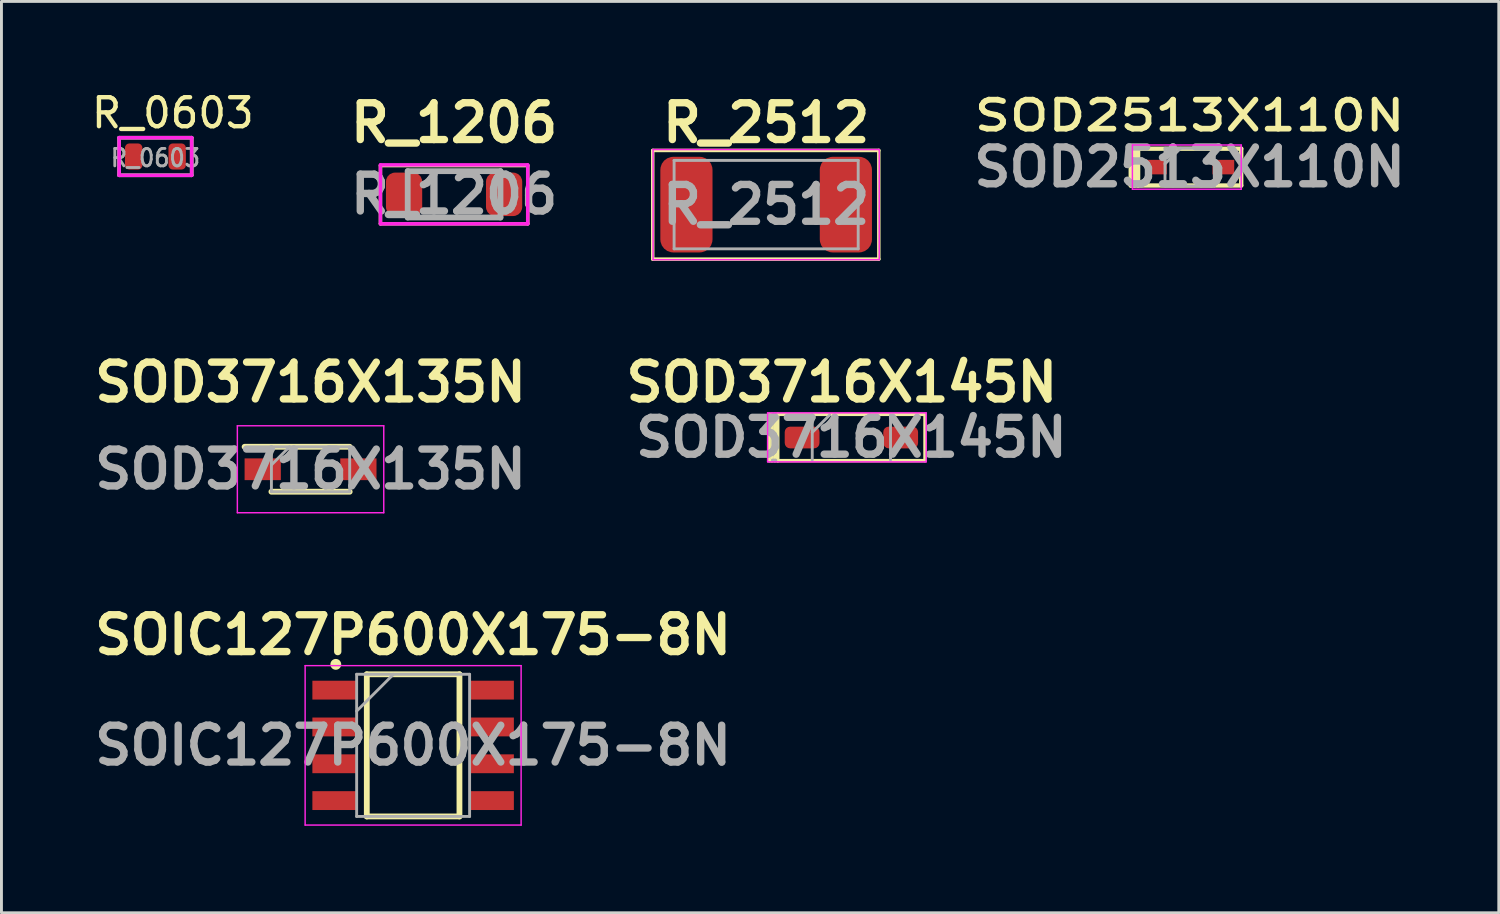
<source format=kicad_pcb>
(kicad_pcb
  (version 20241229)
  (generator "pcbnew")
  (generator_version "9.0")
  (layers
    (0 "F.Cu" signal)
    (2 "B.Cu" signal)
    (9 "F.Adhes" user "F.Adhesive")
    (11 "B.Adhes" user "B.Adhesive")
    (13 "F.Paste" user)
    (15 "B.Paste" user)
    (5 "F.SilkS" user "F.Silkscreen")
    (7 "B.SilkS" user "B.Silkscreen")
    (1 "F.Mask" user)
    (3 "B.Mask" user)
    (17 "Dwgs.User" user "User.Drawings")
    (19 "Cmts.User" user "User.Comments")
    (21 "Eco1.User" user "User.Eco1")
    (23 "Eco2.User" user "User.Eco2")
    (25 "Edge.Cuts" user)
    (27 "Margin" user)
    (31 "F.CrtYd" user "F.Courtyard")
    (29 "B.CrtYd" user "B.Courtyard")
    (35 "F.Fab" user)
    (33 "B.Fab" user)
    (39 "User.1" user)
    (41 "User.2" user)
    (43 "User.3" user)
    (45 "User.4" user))
  (footprint "SOD2513X110N"
    (layer "F.Cu")
    (at 37.985 2.714)
    (property "Reference" "SOD2513X110N" (at 0 -1.778 0) (layer "F.SilkS") (effects (font (size 1 1.27) (thickness 0.2) (bold yes))))
    (attr smd)
    (fp_line (start -2.032 -0.635) (end -2.032 0.635) (stroke (width 0.15) (type default)) (layer "F.SilkS"))
    (fp_line (start -2.032 -0.635) (end 1.778 -0.635) (stroke (width 0.15) (type solid)) (layer "F.SilkS"))
    (fp_line (start -2.032 0.635) (end 1.778 0.635) (stroke (width 0.15) (type solid)) (layer "F.SilkS"))
    (fp_line (start -1.905 -0.635) (end -1.905 0.635) (stroke (width 0.15) (type default)) (layer "F.SilkS"))
    (fp_line (start -1.778 -0.635) (end -1.778 0.635) (stroke (width 0.15) (type default)) (layer "F.SilkS"))
    (fp_line (start 1.778 -0.635) (end 1.778 0.635) (stroke (width 0.15) (type default)) (layer "F.SilkS"))
    (fp_line (start -1.975 -0.762) (end 1.778 -0.762) (stroke (width 0.05) (type solid)) (layer "F.CrtYd"))
    (fp_line (start -1.975 0.762) (end -1.975 -0.762) (stroke (width 0.05) (type solid)) (layer "F.CrtYd"))
    (fp_line (start 1.778 -0.762) (end 1.778 0.762) (stroke (width 0.05) (type solid)) (layer "F.CrtYd"))
    (fp_line (start 1.778 0.762) (end -1.975 0.762) (stroke (width 0.05) (type solid)) (layer "F.CrtYd"))
    (fp_line (start -0.85 -0.65) (end 0.85 -0.65) (stroke (width 0.1) (type solid)) (layer "F.Fab"))
    (fp_line (start -0.85 -0.112) (end -0.312 -0.65) (stroke (width 0.1) (type solid)) (layer "F.Fab"))
    (fp_line (start -0.85 0.65) (end -0.85 -0.65) (stroke (width 0.1) (type solid)) (layer "F.Fab"))
    (fp_line (start 0.85 -0.65) (end 0.85 0.65) (stroke (width 0.1) (type solid)) (layer "F.Fab"))
    (fp_line (start 0.85 0.65) (end -0.85 0.65) (stroke (width 0.1) (type solid)) (layer "F.Fab"))
    (fp_text user "${REFERENCE}" (at 0 0 0) (layer "F.Fab") (effects (font (size 1.27 1.27) (thickness 0.254))))
    (pad "1" smd rect (at -1.162 0 90) (size 0.5 0.75) (layers "F.Cu" "F.Mask" "F.Paste"))
    (pad "2" smd rect (at 1.162 0 90) (size 0.5 0.75) (layers "F.Cu" "F.Mask" "F.Paste")))
  (footprint "SOD3716X135N"
    (layer "F.Cu")
    (at 7.662 13.136)
    (property "Reference" "SOD3716X135N" (at 0 -3 0) (layer "F.SilkS") (effects (font (size 1.27 1.27) (thickness 0.254))))
    (attr smd)
    (fp_line (start -2.275 -0.775) (end 1.35 -0.775) (stroke (width 0.2) (type solid)) (layer "F.SilkS"))
    (fp_line (start -1.35 0.775) (end 1.35 0.775) (stroke (width 0.2) (type solid)) (layer "F.SilkS"))
    (fp_line (start -2.525 -1.5) (end 2.525 -1.5) (stroke (width 0.05) (type solid)) (layer "F.CrtYd"))
    (fp_line (start -2.525 1.5) (end -2.525 -1.5) (stroke (width 0.05) (type solid)) (layer "F.CrtYd"))
    (fp_line (start 2.525 -1.5) (end 2.525 1.5) (stroke (width 0.05) (type solid)) (layer "F.CrtYd"))
    (fp_line (start 2.525 1.5) (end -2.525 1.5) (stroke (width 0.05) (type solid)) (layer "F.CrtYd"))
    (fp_line (start -1.35 -0.775) (end 1.35 -0.775) (stroke (width 0.1) (type solid)) (layer "F.Fab"))
    (fp_line (start -1.35 -0.15) (end -0.725 -0.775) (stroke (width 0.1) (type solid)) (layer "F.Fab"))
    (fp_line (start -1.35 0.775) (end -1.35 -0.775) (stroke (width 0.1) (type solid)) (layer "F.Fab"))
    (fp_line (start 1.35 -0.775) (end 1.35 0.775) (stroke (width 0.1) (type solid)) (layer "F.Fab"))
    (fp_line (start 1.35 0.775) (end -1.35 0.775) (stroke (width 0.1) (type solid)) (layer "F.Fab"))
    (fp_text user "${REFERENCE}" (at 0 0 0) (layer "F.Fab") (effects (font (size 1.27 1.27) (thickness 0.254))))
    (pad "1" smd rect (at -1.65 0 90) (size 0.75 1.25) (layers "F.Cu" "F.Mask" "F.Paste"))
    (pad "2" smd rect (at 1.65 0 90) (size 0.75 1.25) (layers "F.Cu" "F.Mask" "F.Paste")))
  (footprint "R_0603"
    (layer "F.Cu")
    (at 2.311 2.348)
    (property "Reference" "R_0603" (at 0.6 -1.5 0) (layer "F.SilkS") (effects (font (size 1 1) (thickness 0.15))))
    (attr smd)
    (fp_line (start -1.25 -0.65) (end -1.25 0.65) (stroke (width 0.12) (type solid)) (layer "F.SilkS"))
    (fp_line (start -1.25 0.65) (end 1.25 0.65) (stroke (width 0.12) (type solid)) (layer "F.SilkS"))
    (fp_line (start 1.25 -0.65) (end -1.25 -0.65) (stroke (width 0.12) (type solid)) (layer "F.SilkS"))
    (fp_line (start 1.25 0.65) (end 1.25 -0.65) (stroke (width 0.12) (type solid)) (layer "F.SilkS"))
    (fp_line (start -1.25 -0.65) (end -1.25 0.65) (stroke (width 0.12) (type solid)) (layer "F.CrtYd"))
    (fp_line (start -1.25 0.65) (end 1.25 0.65) (stroke (width 0.12) (type solid)) (layer "F.CrtYd"))
    (fp_line (start 1.25 -0.65) (end -1.25 -0.65) (stroke (width 0.12) (type solid)) (layer "F.CrtYd"))
    (fp_line (start 1.25 0.65) (end 1.25 -0.65) (stroke (width 0.12) (type solid)) (layer "F.CrtYd"))
    (fp_line (start -1.25 -0.65) (end -1.25 0.65) (stroke (width 0.12) (type solid)) (layer "F.Fab"))
    (fp_line (start -1.25 0.65) (end 1.25 0.65) (stroke (width 0.12) (type solid)) (layer "F.Fab"))
    (fp_line (start 1.25 -0.65) (end -1.25 -0.65) (stroke (width 0.12) (type solid)) (layer "F.Fab"))
    (fp_line (start 1.25 0.65) (end 1.25 -0.65) (stroke (width 0.12) (type solid)) (layer "F.Fab"))
    (fp_text user "${REFERENCE}" (at 0 0.05 0) (layer "F.Fab") (effects (font (size 0.6 0.55) (thickness 0.1))))
    (pad "1" smd roundrect (at -0.75 0) (size 0.6 0.9) (layers "F.Cu" "F.Mask" "F.Paste") (roundrect_rratio 0.25))
    (pad "2" smd roundrect (at 0.75 0) (size 0.6 0.9) (layers "F.Cu" "F.Mask" "F.Paste") (roundrect_rratio 0.25)))
  (footprint "R_2512"
    (layer "F.Cu")
    (at 23.377 4.008)
    (property "Reference" "R_2512" (at 0 -2.819 0) (layer "F.SilkS") (effects (font (size 1.27 1.27) (thickness 0.254))))
    (attr smd)
    (fp_line (start -3.912 -1.869) (end -3.912 1.88) (stroke (width 0.12) (type solid)) (layer "F.SilkS"))
    (fp_line (start -3.912 1.88) (end 3.886 1.88) (stroke (width 0.12) (type solid)) (layer "F.SilkS"))
    (fp_line (start 3.886 -1.869) (end -3.912 -1.869) (stroke (width 0.12) (type solid)) (layer "F.SilkS"))
    (fp_line (start 3.886 1.88) (end 3.886 -1.869) (stroke (width 0.12) (type solid)) (layer "F.SilkS"))
    (fp_line (start -3.9 -1.9) (end 3.9 -1.9) (stroke (width 0.05) (type solid)) (layer "F.CrtYd"))
    (fp_line (start -3.9 1.9) (end -3.9 -1.9) (stroke (width 0.05) (type solid)) (layer "F.CrtYd"))
    (fp_line (start 3.9 -1.9) (end 3.9 1.9) (stroke (width 0.05) (type solid)) (layer "F.CrtYd"))
    (fp_line (start 3.9 1.9) (end -3.9 1.9) (stroke (width 0.05) (type solid)) (layer "F.CrtYd"))
    (fp_line (start -3.175 -1.525) (end 3.175 -1.525) (stroke (width 0.1) (type solid)) (layer "F.Fab"))
    (fp_line (start -3.175 1.525) (end -3.175 -1.525) (stroke (width 0.1) (type solid)) (layer "F.Fab"))
    (fp_line (start 3.175 -1.525) (end 3.175 1.525) (stroke (width 0.1) (type solid)) (layer "F.Fab"))
    (fp_line (start 3.175 1.525) (end -3.175 1.525) (stroke (width 0.1) (type solid)) (layer "F.Fab"))
    (fp_text user "${REFERENCE}" (at 0 0 0) (layer "F.Fab") (effects (font (size 1.27 1.27) (thickness 0.254))))
    (pad "1" smd roundrect (at -2.75 0) (size 1.8 3.3) (layers "F.Cu" "F.Mask" "F.Paste") (roundrect_rratio 0.25))
    (pad "2" smd roundrect (at 2.75 0) (size 1.8 3.3) (layers "F.Cu" "F.Mask" "F.Paste") (roundrect_rratio 0.25)))
  (footprint "SOD3716X145N"
    (layer "F.Cu")
    (at 26.317 12.041)
    (property "Reference" "SOD3716X145N" (at -0.33 -1.905 0) (layer "F.SilkS") (effects (font (size 1.27 1.27) (thickness 0.254))))
    (attr smd)
    (fp_line (start -2.84 -0.8) (end -2.54 -0.8) (stroke (width 0.12) (type solid)) (layer "F.SilkS"))
    (fp_line (start -2.84 0.8) (end -2.84 -0.8) (stroke (width 0.12) (type solid)) (layer "F.SilkS"))
    (fp_line (start -2.84 0.8) (end -2.54 0.8) (stroke (width 0.12) (type solid)) (layer "F.SilkS"))
    (fp_line (start -2.74 0.8) (end -2.74 -0.8) (stroke (width 0.12) (type solid)) (layer "F.SilkS"))
    (fp_line (start -2.64 -0.8) (end -2.64 0.8) (stroke (width 0.12) (type solid)) (layer "F.SilkS"))
    (fp_line (start -2.54 -0.8) (end -2.54 0.8) (stroke (width 0.12) (type solid)) (layer "F.SilkS"))
    (fp_line (start -2.54 -0.8) (end 2.54 -0.8) (stroke (width 0.12) (type solid)) (layer "F.SilkS"))
    (fp_line (start 2.54 -0.8) (end 2.54 0.8) (stroke (width 0.12) (type solid)) (layer "F.SilkS"))
    (fp_line (start 2.54 0.8) (end -2.54 0.8) (stroke (width 0.12) (type solid)) (layer "F.SilkS"))
    (fp_line (start -2.89 -0.85) (end 2.58 -0.85) (stroke (width 0.05) (type default)) (layer "F.CrtYd"))
    (fp_line (start -2.89 0.84) (end -2.89 -0.85) (stroke (width 0.05) (type default)) (layer "F.CrtYd"))
    (fp_line (start 2.58 -0.85) (end 2.58 0.84) (stroke (width 0.05) (type default)) (layer "F.CrtYd"))
    (fp_line (start 2.58 0.84) (end -2.89 0.84) (stroke (width 0.05) (type default)) (layer "F.CrtYd"))
    (fp_line (start -2.617 -0.787) (end -2.717 -0.787) (stroke (width 0.12) (type solid)) (layer "F.Fab"))
    (fp_line (start -2.617 0.787) (end -2.717 0.787) (stroke (width 0.12) (type solid)) (layer "F.Fab"))
    (fp_line (start -1.35 -0.175) (end -0.75 -0.775) (stroke (width 0.1) (type solid)) (layer "F.Fab"))
    (fp_line (start -1.35 0.775) (end -1.35 -0.775) (stroke (width 0.1) (type solid)) (layer "F.Fab"))
    (fp_line (start 1.35 -0.775) (end 1.35 0.775) (stroke (width 0.1) (type solid)) (layer "F.Fab"))
    (fp_text user "${REFERENCE}" (at 0 0 0) (layer "F.Fab") (effects (font (size 1.27 1.27) (thickness 0.254))))
    (pad "A" smd roundrect (at 1.7 0 90) (size 0.75 1.2) (layers "F.Cu" "F.Mask" "F.Paste") (roundrect_rratio 0.25))
    (pad "C" smd roundrect (at -1.7 0 90) (size 0.75 1.2) (layers "F.Cu" "F.Mask" "F.Paste") (roundrect_rratio 0.25)))
  (footprint "SOIC127P600X175-8N"
    (layer "F.Cu")
    (at 11.2 22.66)
    (property "Reference" "SOIC127P600X175-8N" (at 0 -3.81 0) (layer "F.SilkS") (effects (font (size 1.27 1.27) (thickness 0.254))))
    (attr smd)
    (fp_line (start -1.598 -2.452) (end 1.598 -2.452) (stroke (width 0.2) (type solid)) (layer "F.SilkS"))
    (fp_line (start -1.598 2.452) (end -1.598 -2.452) (stroke (width 0.2) (type solid)) (layer "F.SilkS"))
    (fp_line (start 1.598 -2.452) (end 1.598 2.452) (stroke (width 0.2) (type solid)) (layer "F.SilkS"))
    (fp_line (start 1.598 2.452) (end -1.598 2.452) (stroke (width 0.2) (type solid)) (layer "F.SilkS"))
    (fp_circle (center -2.667 -2.794) (end -2.54 -2.794) (stroke (width 0.12) (type solid)) (fill yes) (layer "F.SilkS"))
    (fp_line (start -3.725 -2.75) (end 3.725 -2.75) (stroke (width 0.05) (type solid)) (layer "F.CrtYd"))
    (fp_line (start -3.725 2.75) (end -3.725 -2.75) (stroke (width 0.05) (type solid)) (layer "F.CrtYd"))
    (fp_line (start 3.725 -2.75) (end 3.725 2.75) (stroke (width 0.05) (type solid)) (layer "F.CrtYd"))
    (fp_line (start 3.725 2.75) (end -3.725 2.75) (stroke (width 0.05) (type solid)) (layer "F.CrtYd"))
    (fp_line (start -1.948 -2.452) (end 1.948 -2.452) (stroke (width 0.1) (type solid)) (layer "F.Fab"))
    (fp_line (start -1.948 -1.182) (end -0.678 -2.452) (stroke (width 0.1) (type solid)) (layer "F.Fab"))
    (fp_line (start -1.948 2.452) (end -1.948 -2.452) (stroke (width 0.1) (type solid)) (layer "F.Fab"))
    (fp_line (start 1.948 -2.452) (end 1.948 2.452) (stroke (width 0.1) (type solid)) (layer "F.Fab"))
    (fp_line (start 1.948 2.452) (end -1.948 2.452) (stroke (width 0.1) (type solid)) (layer "F.Fab"))
    (fp_text user "${REFERENCE}" (at 0 0 0) (layer "F.Fab") (effects (font (size 1.27 1.27) (thickness 0.254))))
    (pad "1" smd rect (at -2.711 -1.905 90) (size 0.65 1.528) (layers "F.Cu" "F.Mask" "F.Paste"))
    (pad "2" smd rect (at -2.711 -0.635 90) (size 0.65 1.528) (layers "F.Cu" "F.Mask" "F.Paste"))
    (pad "3" smd rect (at -2.711 0.635 90) (size 0.65 1.528) (layers "F.Cu" "F.Mask" "F.Paste"))
    (pad "4" smd rect (at -2.711 1.905 90) (size 0.65 1.528) (layers "F.Cu" "F.Mask" "F.Paste"))
    (pad "5" smd rect (at 2.711 1.905 90) (size 0.65 1.528) (layers "F.Cu" "F.Mask" "F.Paste"))
    (pad "6" smd rect (at 2.711 0.635 90) (size 0.65 1.528) (layers "F.Cu" "F.Mask" "F.Paste"))
    (pad "7" smd rect (at 2.711 -0.635 90) (size 0.65 1.528) (layers "F.Cu" "F.Mask" "F.Paste"))
    (pad "8" smd rect (at 2.711 -1.905 90) (size 0.65 1.528) (layers "F.Cu" "F.Mask" "F.Paste")))
  (footprint "R_1206"
    (layer "F.Cu")
    (at 12.613 3.653)
    (property "Reference" "R_1206" (at 0 -2.464 0) (layer "F.SilkS") (effects (font (size 1.27 1.27) (thickness 0.254))))
    (attr smd)
    (fp_line (start -2.54 -0.991) (end -2.54 1.016) (stroke (width 0.12) (type solid)) (layer "F.SilkS"))
    (fp_line (start -2.54 1.016) (end 2.54 1.016) (stroke (width 0.12) (type solid)) (layer "F.SilkS"))
    (fp_line (start 2.54 -0.991) (end -2.54 -0.991) (stroke (width 0.12) (type solid)) (layer "F.SilkS"))
    (fp_line (start 2.54 1.016) (end 2.54 -0.991) (stroke (width 0.12) (type solid)) (layer "F.SilkS"))
    (fp_line (start -2.54 -1.016) (end 2.54 -1.016) (stroke (width 0.12) (type default)) (layer "F.CrtYd"))
    (fp_line (start -2.54 1.016) (end -2.54 -1.016) (stroke (width 0.12) (type default)) (layer "F.CrtYd"))
    (fp_line (start 2.54 -1.016) (end 2.54 1.016) (stroke (width 0.12) (type default)) (layer "F.CrtYd"))
    (fp_line (start 2.54 1.016) (end -2.54 1.016) (stroke (width 0.12) (type default)) (layer "F.CrtYd"))
    (fp_line (start -1.6 -0.8) (end 1.6 -0.8) (stroke (width 0.2) (type solid)) (layer "F.Fab"))
    (fp_line (start -1.6 0.8) (end -1.6 -0.8) (stroke (width 0.2) (type solid)) (layer "F.Fab"))
    (fp_line (start 1.6 -0.8) (end 1.6 0.8) (stroke (width 0.2) (type solid)) (layer "F.Fab"))
    (fp_line (start 1.6 0.8) (end -1.6 0.8) (stroke (width 0.2) (type solid)) (layer "F.Fab"))
    (fp_text user "${REFERENCE}" (at 0 0 0) (layer "F.Fab") (effects (font (size 1.27 1.27) (thickness 0.254))))
    (pad "1" smd roundrect (at -1.725 0) (size 1.25 1.5) (layers "F.Cu" "F.Mask" "F.Paste") (roundrect_rratio 0.25))
    (pad "2" smd roundrect (at 1.725 0) (size 1.25 1.5) (layers "F.Cu" "F.Mask" "F.Paste") (roundrect_rratio 0.25)))
  (gr_rect
    (start -3 -3)
    (end 48.648 28.435)
    (stroke (width 0.1) (type default))
    (fill no)
    (layer "Edge.Cuts")))
</source>
